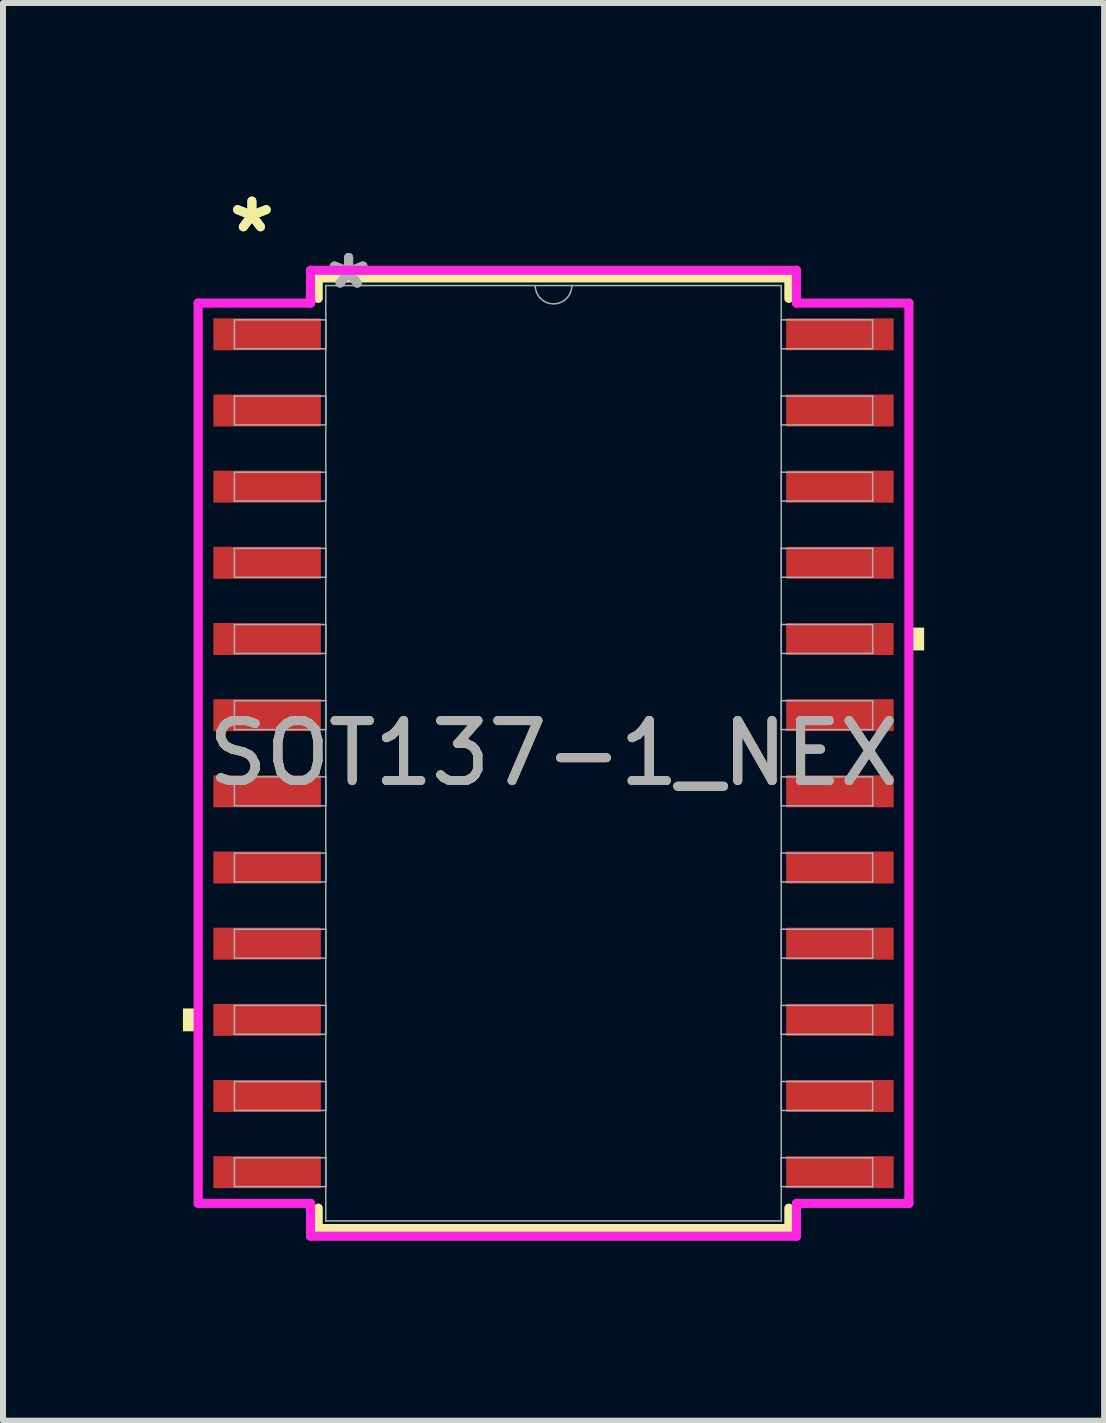
<source format=kicad_pcb>
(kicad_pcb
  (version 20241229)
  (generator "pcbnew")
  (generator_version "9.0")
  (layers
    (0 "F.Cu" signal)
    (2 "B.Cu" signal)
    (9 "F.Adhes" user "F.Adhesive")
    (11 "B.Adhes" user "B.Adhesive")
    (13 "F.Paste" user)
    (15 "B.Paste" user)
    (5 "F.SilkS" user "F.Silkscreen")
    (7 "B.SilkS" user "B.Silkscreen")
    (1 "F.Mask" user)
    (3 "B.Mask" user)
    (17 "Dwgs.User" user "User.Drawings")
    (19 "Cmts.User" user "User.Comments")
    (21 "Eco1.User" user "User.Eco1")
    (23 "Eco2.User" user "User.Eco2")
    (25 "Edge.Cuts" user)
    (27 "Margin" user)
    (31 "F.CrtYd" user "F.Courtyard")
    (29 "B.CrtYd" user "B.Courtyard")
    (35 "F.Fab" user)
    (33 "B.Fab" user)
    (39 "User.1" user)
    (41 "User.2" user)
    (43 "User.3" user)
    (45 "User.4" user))
  (footprint "SOT137-1_NEX"
    (layer "F.Cu")
    (at 6.179 9.509)
    (property "Reference" "SOT137-1_NEX" (at 0 0 0) (unlocked yes) (layer "F.SilkS") (effects (font (size 1 1) (thickness 0.15))))
    (attr smd)
    (fp_line (start -3.924 -7.925) (end -3.924 -7.584) (stroke (width 0.152) (type solid)) (layer "F.SilkS"))
    (fp_line (start -3.924 7.584) (end -3.924 7.925) (stroke (width 0.152) (type solid)) (layer "F.SilkS"))
    (fp_line (start -3.924 7.925) (end 3.924 7.925) (stroke (width 0.152) (type solid)) (layer "F.SilkS"))
    (fp_line (start 3.924 -7.925) (end -3.924 -7.925) (stroke (width 0.152) (type solid)) (layer "F.SilkS"))
    (fp_line (start 3.924 -7.584) (end 3.924 -7.925) (stroke (width 0.152) (type solid)) (layer "F.SilkS"))
    (fp_line (start 3.924 7.925) (end 3.924 7.584) (stroke (width 0.152) (type solid)) (layer "F.SilkS"))
    (fp_poly (pts (xy -6.179 4.255) (xy -6.179 4.636) (xy -5.925 4.636) (xy -5.925 4.255)) (stroke (width 0) (type solid)) (fill yes) (layer "F.SilkS"))
    (fp_poly (pts (xy 6.179 -2.095) (xy 6.179 -1.714) (xy 5.925 -1.714) (xy 5.925 -2.095)) (stroke (width 0) (type solid)) (fill yes) (layer "F.SilkS"))
    (fp_line (start -5.925 -7.505) (end -4.051 -7.505) (stroke (width 0.152) (type solid)) (layer "F.CrtYd"))
    (fp_line (start -5.925 7.505) (end -5.925 -7.505) (stroke (width 0.152) (type solid)) (layer "F.CrtYd"))
    (fp_line (start -5.925 7.505) (end -4.051 7.505) (stroke (width 0.152) (type solid)) (layer "F.CrtYd"))
    (fp_line (start -4.051 -8.052) (end 4.051 -8.052) (stroke (width 0.152) (type solid)) (layer "F.CrtYd"))
    (fp_line (start -4.051 -7.505) (end -4.051 -8.052) (stroke (width 0.152) (type solid)) (layer "F.CrtYd"))
    (fp_line (start -4.051 8.052) (end -4.051 7.505) (stroke (width 0.152) (type solid)) (layer "F.CrtYd"))
    (fp_line (start 4.051 -8.052) (end 4.051 -7.505) (stroke (width 0.152) (type solid)) (layer "F.CrtYd"))
    (fp_line (start 4.051 7.505) (end 4.051 8.052) (stroke (width 0.152) (type solid)) (layer "F.CrtYd"))
    (fp_line (start 4.051 8.052) (end -4.051 8.052) (stroke (width 0.152) (type solid)) (layer "F.CrtYd"))
    (fp_line (start 5.925 -7.505) (end 4.051 -7.505) (stroke (width 0.152) (type solid)) (layer "F.CrtYd"))
    (fp_line (start 5.925 -7.505) (end 5.925 7.505) (stroke (width 0.152) (type solid)) (layer "F.CrtYd"))
    (fp_line (start 5.925 7.505) (end 4.051 7.505) (stroke (width 0.152) (type solid)) (layer "F.CrtYd"))
    (fp_line (start -5.321 -7.226) (end -5.321 -6.744) (stroke (width 0.025) (type solid)) (layer "F.Fab"))
    (fp_line (start -5.321 -6.744) (end -3.797 -6.744) (stroke (width 0.025) (type solid)) (layer "F.Fab"))
    (fp_line (start -5.321 -5.956) (end -5.321 -5.474) (stroke (width 0.025) (type solid)) (layer "F.Fab"))
    (fp_line (start -5.321 -5.474) (end -3.797 -5.474) (stroke (width 0.025) (type solid)) (layer "F.Fab"))
    (fp_line (start -5.321 -4.686) (end -5.321 -4.204) (stroke (width 0.025) (type solid)) (layer "F.Fab"))
    (fp_line (start -5.321 -4.204) (end -3.797 -4.204) (stroke (width 0.025) (type solid)) (layer "F.Fab"))
    (fp_line (start -5.321 -3.416) (end -5.321 -2.934) (stroke (width 0.025) (type solid)) (layer "F.Fab"))
    (fp_line (start -5.321 -2.934) (end -3.797 -2.934) (stroke (width 0.025) (type solid)) (layer "F.Fab"))
    (fp_line (start -5.321 -2.146) (end -5.321 -1.664) (stroke (width 0.025) (type solid)) (layer "F.Fab"))
    (fp_line (start -5.321 -1.664) (end -3.797 -1.664) (stroke (width 0.025) (type solid)) (layer "F.Fab"))
    (fp_line (start -5.321 -0.876) (end -5.321 -0.394) (stroke (width 0.025) (type solid)) (layer "F.Fab"))
    (fp_line (start -5.321 -0.394) (end -3.797 -0.394) (stroke (width 0.025) (type solid)) (layer "F.Fab"))
    (fp_line (start -5.321 0.394) (end -5.321 0.876) (stroke (width 0.025) (type solid)) (layer "F.Fab"))
    (fp_line (start -5.321 0.876) (end -3.797 0.876) (stroke (width 0.025) (type solid)) (layer "F.Fab"))
    (fp_line (start -5.321 1.664) (end -5.321 2.146) (stroke (width 0.025) (type solid)) (layer "F.Fab"))
    (fp_line (start -5.321 2.146) (end -3.797 2.146) (stroke (width 0.025) (type solid)) (layer "F.Fab"))
    (fp_line (start -5.321 2.934) (end -5.321 3.416) (stroke (width 0.025) (type solid)) (layer "F.Fab"))
    (fp_line (start -5.321 3.416) (end -3.797 3.416) (stroke (width 0.025) (type solid)) (layer "F.Fab"))
    (fp_line (start -5.321 4.204) (end -5.321 4.686) (stroke (width 0.025) (type solid)) (layer "F.Fab"))
    (fp_line (start -5.321 4.686) (end -3.797 4.686) (stroke (width 0.025) (type solid)) (layer "F.Fab"))
    (fp_line (start -5.321 5.474) (end -5.321 5.956) (stroke (width 0.025) (type solid)) (layer "F.Fab"))
    (fp_line (start -5.321 5.956) (end -3.797 5.956) (stroke (width 0.025) (type solid)) (layer "F.Fab"))
    (fp_line (start -5.321 6.744) (end -5.321 7.226) (stroke (width 0.025) (type solid)) (layer "F.Fab"))
    (fp_line (start -5.321 7.226) (end -3.797 7.226) (stroke (width 0.025) (type solid)) (layer "F.Fab"))
    (fp_line (start -3.797 -7.798) (end -3.797 7.798) (stroke (width 0.025) (type solid)) (layer "F.Fab"))
    (fp_line (start -3.797 -7.226) (end -5.321 -7.226) (stroke (width 0.025) (type solid)) (layer "F.Fab"))
    (fp_line (start -3.797 -6.744) (end -3.797 -7.226) (stroke (width 0.025) (type solid)) (layer "F.Fab"))
    (fp_line (start -3.797 -5.956) (end -5.321 -5.956) (stroke (width 0.025) (type solid)) (layer "F.Fab"))
    (fp_line (start -3.797 -5.474) (end -3.797 -5.956) (stroke (width 0.025) (type solid)) (layer "F.Fab"))
    (fp_line (start -3.797 -4.686) (end -5.321 -4.686) (stroke (width 0.025) (type solid)) (layer "F.Fab"))
    (fp_line (start -3.797 -4.204) (end -3.797 -4.686) (stroke (width 0.025) (type solid)) (layer "F.Fab"))
    (fp_line (start -3.797 -3.416) (end -5.321 -3.416) (stroke (width 0.025) (type solid)) (layer "F.Fab"))
    (fp_line (start -3.797 -2.934) (end -3.797 -3.416) (stroke (width 0.025) (type solid)) (layer "F.Fab"))
    (fp_line (start -3.797 -2.146) (end -5.321 -2.146) (stroke (width 0.025) (type solid)) (layer "F.Fab"))
    (fp_line (start -3.797 -1.664) (end -3.797 -2.146) (stroke (width 0.025) (type solid)) (layer "F.Fab"))
    (fp_line (start -3.797 -0.876) (end -5.321 -0.876) (stroke (width 0.025) (type solid)) (layer "F.Fab"))
    (fp_line (start -3.797 -0.394) (end -3.797 -0.876) (stroke (width 0.025) (type solid)) (layer "F.Fab"))
    (fp_line (start -3.797 0.394) (end -5.321 0.394) (stroke (width 0.025) (type solid)) (layer "F.Fab"))
    (fp_line (start -3.797 0.876) (end -3.797 0.394) (stroke (width 0.025) (type solid)) (layer "F.Fab"))
    (fp_line (start -3.797 1.664) (end -5.321 1.664) (stroke (width 0.025) (type solid)) (layer "F.Fab"))
    (fp_line (start -3.797 2.146) (end -3.797 1.664) (stroke (width 0.025) (type solid)) (layer "F.Fab"))
    (fp_line (start -3.797 2.934) (end -5.321 2.934) (stroke (width 0.025) (type solid)) (layer "F.Fab"))
    (fp_line (start -3.797 3.416) (end -3.797 2.934) (stroke (width 0.025) (type solid)) (layer "F.Fab"))
    (fp_line (start -3.797 4.204) (end -5.321 4.204) (stroke (width 0.025) (type solid)) (layer "F.Fab"))
    (fp_line (start -3.797 4.686) (end -3.797 4.204) (stroke (width 0.025) (type solid)) (layer "F.Fab"))
    (fp_line (start -3.797 5.474) (end -5.321 5.474) (stroke (width 0.025) (type solid)) (layer "F.Fab"))
    (fp_line (start -3.797 5.956) (end -3.797 5.474) (stroke (width 0.025) (type solid)) (layer "F.Fab"))
    (fp_line (start -3.797 6.744) (end -5.321 6.744) (stroke (width 0.025) (type solid)) (layer "F.Fab"))
    (fp_line (start -3.797 7.226) (end -3.797 6.744) (stroke (width 0.025) (type solid)) (layer "F.Fab"))
    (fp_line (start -3.797 7.798) (end 3.797 7.798) (stroke (width 0.025) (type solid)) (layer "F.Fab"))
    (fp_line (start 3.797 -7.798) (end -3.797 -7.798) (stroke (width 0.025) (type solid)) (layer "F.Fab"))
    (fp_line (start 3.797 -7.226) (end 3.797 -6.744) (stroke (width 0.025) (type solid)) (layer "F.Fab"))
    (fp_line (start 3.797 -6.744) (end 5.321 -6.744) (stroke (width 0.025) (type solid)) (layer "F.Fab"))
    (fp_line (start 3.797 -5.956) (end 3.797 -5.474) (stroke (width 0.025) (type solid)) (layer "F.Fab"))
    (fp_line (start 3.797 -5.474) (end 5.321 -5.474) (stroke (width 0.025) (type solid)) (layer "F.Fab"))
    (fp_line (start 3.797 -4.686) (end 3.797 -4.204) (stroke (width 0.025) (type solid)) (layer "F.Fab"))
    (fp_line (start 3.797 -4.204) (end 5.321 -4.204) (stroke (width 0.025) (type solid)) (layer "F.Fab"))
    (fp_line (start 3.797 -3.416) (end 3.797 -2.934) (stroke (width 0.025) (type solid)) (layer "F.Fab"))
    (fp_line (start 3.797 -2.934) (end 5.321 -2.934) (stroke (width 0.025) (type solid)) (layer "F.Fab"))
    (fp_line (start 3.797 -2.146) (end 3.797 -1.664) (stroke (width 0.025) (type solid)) (layer "F.Fab"))
    (fp_line (start 3.797 -1.664) (end 5.321 -1.664) (stroke (width 0.025) (type solid)) (layer "F.Fab"))
    (fp_line (start 3.797 -0.876) (end 3.797 -0.394) (stroke (width 0.025) (type solid)) (layer "F.Fab"))
    (fp_line (start 3.797 -0.394) (end 5.321 -0.394) (stroke (width 0.025) (type solid)) (layer "F.Fab"))
    (fp_line (start 3.797 0.394) (end 3.797 0.876) (stroke (width 0.025) (type solid)) (layer "F.Fab"))
    (fp_line (start 3.797 0.876) (end 5.321 0.876) (stroke (width 0.025) (type solid)) (layer "F.Fab"))
    (fp_line (start 3.797 1.664) (end 3.797 2.146) (stroke (width 0.025) (type solid)) (layer "F.Fab"))
    (fp_line (start 3.797 2.146) (end 5.321 2.146) (stroke (width 0.025) (type solid)) (layer "F.Fab"))
    (fp_line (start 3.797 2.934) (end 3.797 3.416) (stroke (width 0.025) (type solid)) (layer "F.Fab"))
    (fp_line (start 3.797 3.416) (end 5.321 3.416) (stroke (width 0.025) (type solid)) (layer "F.Fab"))
    (fp_line (start 3.797 4.204) (end 3.797 4.686) (stroke (width 0.025) (type solid)) (layer "F.Fab"))
    (fp_line (start 3.797 4.686) (end 5.321 4.686) (stroke (width 0.025) (type solid)) (layer "F.Fab"))
    (fp_line (start 3.797 5.474) (end 3.797 5.956) (stroke (width 0.025) (type solid)) (layer "F.Fab"))
    (fp_line (start 3.797 5.956) (end 5.321 5.956) (stroke (width 0.025) (type solid)) (layer "F.Fab"))
    (fp_line (start 3.797 6.744) (end 3.797 7.226) (stroke (width 0.025) (type solid)) (layer "F.Fab"))
    (fp_line (start 3.797 7.226) (end 5.321 7.226) (stroke (width 0.025) (type solid)) (layer "F.Fab"))
    (fp_line (start 3.797 7.798) (end 3.797 -7.798) (stroke (width 0.025) (type solid)) (layer "F.Fab"))
    (fp_line (start 5.321 -7.226) (end 3.797 -7.226) (stroke (width 0.025) (type solid)) (layer "F.Fab"))
    (fp_line (start 5.321 -6.744) (end 5.321 -7.226) (stroke (width 0.025) (type solid)) (layer "F.Fab"))
    (fp_line (start 5.321 -5.956) (end 3.797 -5.956) (stroke (width 0.025) (type solid)) (layer "F.Fab"))
    (fp_line (start 5.321 -5.474) (end 5.321 -5.956) (stroke (width 0.025) (type solid)) (layer "F.Fab"))
    (fp_line (start 5.321 -4.686) (end 3.797 -4.686) (stroke (width 0.025) (type solid)) (layer "F.Fab"))
    (fp_line (start 5.321 -4.204) (end 5.321 -4.686) (stroke (width 0.025) (type solid)) (layer "F.Fab"))
    (fp_line (start 5.321 -3.416) (end 3.797 -3.416) (stroke (width 0.025) (type solid)) (layer "F.Fab"))
    (fp_line (start 5.321 -2.934) (end 5.321 -3.416) (stroke (width 0.025) (type solid)) (layer "F.Fab"))
    (fp_line (start 5.321 -2.146) (end 3.797 -2.146) (stroke (width 0.025) (type solid)) (layer "F.Fab"))
    (fp_line (start 5.321 -1.664) (end 5.321 -2.146) (stroke (width 0.025) (type solid)) (layer "F.Fab"))
    (fp_line (start 5.321 -0.876) (end 3.797 -0.876) (stroke (width 0.025) (type solid)) (layer "F.Fab"))
    (fp_line (start 5.321 -0.394) (end 5.321 -0.876) (stroke (width 0.025) (type solid)) (layer "F.Fab"))
    (fp_line (start 5.321 0.394) (end 3.797 0.394) (stroke (width 0.025) (type solid)) (layer "F.Fab"))
    (fp_line (start 5.321 0.876) (end 5.321 0.394) (stroke (width 0.025) (type solid)) (layer "F.Fab"))
    (fp_line (start 5.321 1.664) (end 3.797 1.664) (stroke (width 0.025) (type solid)) (layer "F.Fab"))
    (fp_line (start 5.321 2.146) (end 5.321 1.664) (stroke (width 0.025) (type solid)) (layer "F.Fab"))
    (fp_line (start 5.321 2.934) (end 3.797 2.934) (stroke (width 0.025) (type solid)) (layer "F.Fab"))
    (fp_line (start 5.321 3.416) (end 5.321 2.934) (stroke (width 0.025) (type solid)) (layer "F.Fab"))
    (fp_line (start 5.321 4.204) (end 3.797 4.204) (stroke (width 0.025) (type solid)) (layer "F.Fab"))
    (fp_line (start 5.321 4.686) (end 5.321 4.204) (stroke (width 0.025) (type solid)) (layer "F.Fab"))
    (fp_line (start 5.321 5.474) (end 3.797 5.474) (stroke (width 0.025) (type solid)) (layer "F.Fab"))
    (fp_line (start 5.321 5.956) (end 5.321 5.474) (stroke (width 0.025) (type solid)) (layer "F.Fab"))
    (fp_line (start 5.321 6.744) (end 3.797 6.744) (stroke (width 0.025) (type solid)) (layer "F.Fab"))
    (fp_line (start 5.321 7.226) (end 5.321 6.744) (stroke (width 0.025) (type solid)) (layer "F.Fab"))
    (fp_arc (start 0.3048 -7.7978) (mid 0 -7.493) (end -0.3048 -7.7978) (stroke (width 0.0254) (type solid)) (layer "F.Fab"))
    (fp_text user "*" (at -5.029 -8.661 0) (unlocked yes) (layer "F.SilkS") (effects (font (size 1 1) (thickness 0.15))))
    (fp_text user "*" (at -5.029 -8.661 0) (layer "F.SilkS") (effects (font (size 1 1) (thickness 0.15))))
    (fp_text user "${REFERENCE}" (at 0 0 0) (unlocked yes) (layer "F.Fab") (effects (font (size 1 1) (thickness 0.15))))
    (fp_text user "*" (at -3.416 -7.722 0) (layer "F.Fab") (effects (font (size 1 1) (thickness 0.15))))
    (fp_text user "*" (at -3.416 -7.722 0) (unlocked yes) (layer "F.Fab") (effects (font (size 1 1) (thickness 0.15))))
    (pad "1" smd rect (at -4.775 -6.985) (size 1.792 0.533) (layers "F.Cu" "F.Mask" "F.Paste"))
    (pad "2" smd rect (at -4.775 -5.715) (size 1.792 0.533) (layers "F.Cu" "F.Mask" "F.Paste"))
    (pad "3" smd rect (at -4.775 -4.445) (size 1.792 0.533) (layers "F.Cu" "F.Mask" "F.Paste"))
    (pad "4" smd rect (at -4.775 -3.175) (size 1.792 0.533) (layers "F.Cu" "F.Mask" "F.Paste"))
    (pad "5" smd rect (at -4.775 -1.905) (size 1.792 0.533) (layers "F.Cu" "F.Mask" "F.Paste"))
    (pad "6" smd rect (at -4.775 -0.635) (size 1.792 0.533) (layers "F.Cu" "F.Mask" "F.Paste"))
    (pad "7" smd rect (at -4.775 0.635) (size 1.792 0.533) (layers "F.Cu" "F.Mask" "F.Paste"))
    (pad "8" smd rect (at -4.775 1.905) (size 1.792 0.533) (layers "F.Cu" "F.Mask" "F.Paste"))
    (pad "9" smd rect (at -4.775 3.175) (size 1.792 0.533) (layers "F.Cu" "F.Mask" "F.Paste"))
    (pad "10" smd rect (at -4.775 4.445) (size 1.792 0.533) (layers "F.Cu" "F.Mask" "F.Paste"))
    (pad "11" smd rect (at -4.775 5.715) (size 1.792 0.533) (layers "F.Cu" "F.Mask" "F.Paste"))
    (pad "12" smd rect (at -4.775 6.985) (size 1.792 0.533) (layers "F.Cu" "F.Mask" "F.Paste"))
    (pad "13" smd rect (at 4.775 6.985) (size 1.792 0.533) (layers "F.Cu" "F.Mask" "F.Paste"))
    (pad "14" smd rect (at 4.775 5.715) (size 1.792 0.533) (layers "F.Cu" "F.Mask" "F.Paste"))
    (pad "15" smd rect (at 4.775 4.445) (size 1.792 0.533) (layers "F.Cu" "F.Mask" "F.Paste"))
    (pad "16" smd rect (at 4.775 3.175) (size 1.792 0.533) (layers "F.Cu" "F.Mask" "F.Paste"))
    (pad "17" smd rect (at 4.775 1.905) (size 1.792 0.533) (layers "F.Cu" "F.Mask" "F.Paste"))
    (pad "18" smd rect (at 4.775 0.635) (size 1.792 0.533) (layers "F.Cu" "F.Mask" "F.Paste"))
    (pad "19" smd rect (at 4.775 -0.635) (size 1.792 0.533) (layers "F.Cu" "F.Mask" "F.Paste"))
    (pad "20" smd rect (at 4.775 -1.905) (size 1.792 0.533) (layers "F.Cu" "F.Mask" "F.Paste"))
    (pad "21" smd rect (at 4.775 -3.175) (size 1.792 0.533) (layers "F.Cu" "F.Mask" "F.Paste"))
    (pad "22" smd rect (at 4.775 -4.445) (size 1.792 0.533) (layers "F.Cu" "F.Mask" "F.Paste"))
    (pad "23" smd rect (at 4.775 -5.715) (size 1.792 0.533) (layers "F.Cu" "F.Mask" "F.Paste"))
    (pad "24" smd rect (at 4.775 -6.985) (size 1.792 0.533) (layers "F.Cu" "F.Mask" "F.Paste")))
  (gr_rect
    (start -3 -3)
    (end 15.359 20.637)
    (stroke (width 0.1) (type default))
    (fill no)
    (layer "Edge.Cuts")))
</source>
